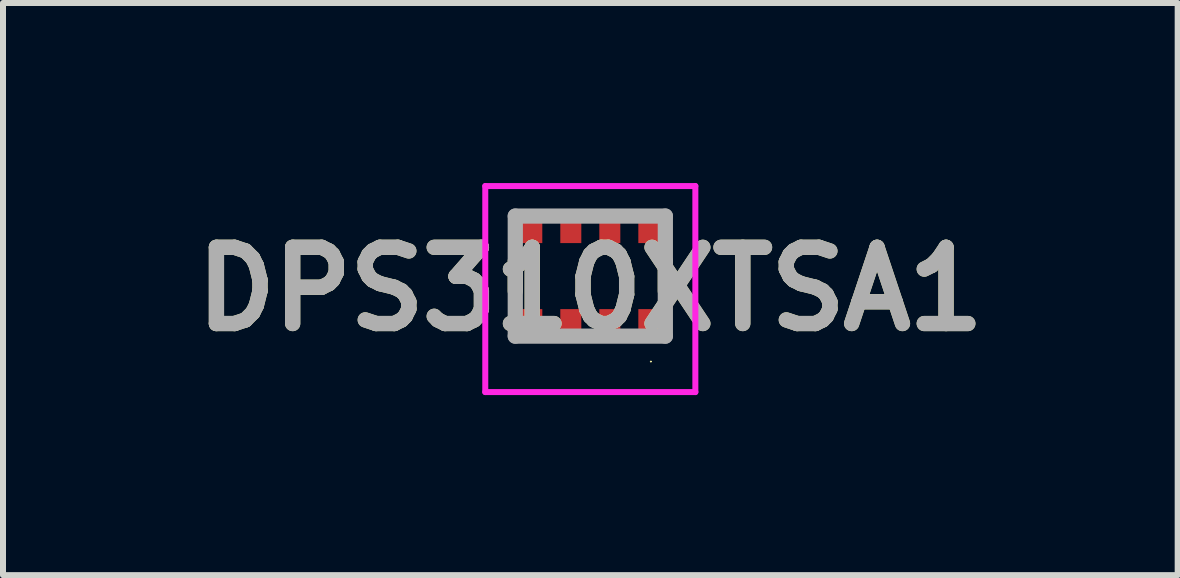
<source format=kicad_pcb>
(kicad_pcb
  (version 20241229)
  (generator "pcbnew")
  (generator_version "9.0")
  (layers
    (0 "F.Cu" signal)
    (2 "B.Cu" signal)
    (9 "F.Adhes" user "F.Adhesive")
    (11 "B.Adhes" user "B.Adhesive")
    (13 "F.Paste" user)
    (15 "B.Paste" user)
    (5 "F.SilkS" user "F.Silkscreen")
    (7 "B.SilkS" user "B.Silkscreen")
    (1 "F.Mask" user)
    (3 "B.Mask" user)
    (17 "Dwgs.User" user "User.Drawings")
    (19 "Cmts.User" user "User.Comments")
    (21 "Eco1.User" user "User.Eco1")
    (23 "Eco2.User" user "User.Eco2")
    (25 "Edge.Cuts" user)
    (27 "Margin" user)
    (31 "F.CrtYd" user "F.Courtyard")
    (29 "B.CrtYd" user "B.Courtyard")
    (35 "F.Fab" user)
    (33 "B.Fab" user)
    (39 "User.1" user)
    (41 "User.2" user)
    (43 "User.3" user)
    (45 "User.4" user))
  (footprint "DPS310XTSA1"
    (layer "F.Cu")
    (at 6.785 1.55)
    (property "Reference" "DPS310XTSA1" (at 0 0.216 0) (layer "F.SilkS") (effects (font (size 1.27 1.27) (thickness 0.254))))
    (attr smd)
    (fp_line (start -1.25 -0.25) (end -1.25 0.25) (stroke (width 0.254) (type solid)) (layer "F.SilkS"))
    (fp_line (start 1.001 1.424) (end 1.001 1.424) (stroke (width 0.016) (type solid)) (layer "F.SilkS"))
    (fp_line (start 1.017 1.424) (end 1.017 1.424) (stroke (width 0.016) (type solid)) (layer "F.SilkS"))
    (fp_line (start 1.25 -0.25) (end 1.25 0.25) (stroke (width 0.254) (type solid)) (layer "F.SilkS"))
    (fp_arc (start 1.001 1.424) (mid 1.009 1.416) (end 1.017 1.424) (stroke (width 0.016) (type solid)) (layer "F.SilkS"))
    (fp_arc (start 1.017 1.424) (mid 1.009 1.432) (end 1.001 1.424) (stroke (width 0.016) (type solid)) (layer "F.SilkS"))
    (fp_line (start -1.75 -1.5) (end 1.75 -1.5) (stroke (width 0.1) (type solid)) (layer "F.CrtYd"))
    (fp_line (start -1.75 1.932) (end -1.75 -1.5) (stroke (width 0.1) (type solid)) (layer "F.CrtYd"))
    (fp_line (start 1.75 -1.5) (end 1.75 1.932) (stroke (width 0.1) (type solid)) (layer "F.CrtYd"))
    (fp_line (start 1.75 1.932) (end -1.75 1.932) (stroke (width 0.1) (type solid)) (layer "F.CrtYd"))
    (fp_line (start -1.25 -1) (end 1.25 -1) (stroke (width 0.254) (type solid)) (layer "F.Fab"))
    (fp_line (start -1.25 1) (end -1.25 -1) (stroke (width 0.254) (type solid)) (layer "F.Fab"))
    (fp_line (start 1.25 -1) (end 1.25 1) (stroke (width 0.254) (type solid)) (layer "F.Fab"))
    (fp_line (start 1.25 1) (end -1.25 1) (stroke (width 0.254) (type solid)) (layer "F.Fab"))
    (fp_text user "${REFERENCE}" (at 0 0.216 0) (layer "F.Fab") (effects (font (size 1.27 1.27) (thickness 0.254))))
    (pad "1" smd rect (at 0.975 0.725 90) (size 0.35 0.35) (layers "F.Cu" "F.Mask" "F.Paste"))
    (pad "2" smd rect (at 0.325 0.725 90) (size 0.35 0.35) (layers "F.Cu" "F.Mask" "F.Paste"))
    (pad "3" smd rect (at -0.325 0.725 90) (size 0.35 0.35) (layers "F.Cu" "F.Mask" "F.Paste"))
    (pad "4" smd rect (at -0.975 0.725 90) (size 0.35 0.35) (layers "F.Cu" "F.Mask" "F.Paste"))
    (pad "5" smd rect (at -0.975 -0.725 90) (size 0.35 0.35) (layers "F.Cu" "F.Mask" "F.Paste"))
    (pad "6" smd rect (at -0.325 -0.725 90) (size 0.35 0.35) (layers "F.Cu" "F.Mask" "F.Paste"))
    (pad "7" smd rect (at 0.325 -0.725 90) (size 0.35 0.35) (layers "F.Cu" "F.Mask" "F.Paste"))
    (pad "8" smd rect (at 0.975 -0.725 90) (size 0.35 0.35) (layers "F.Cu" "F.Mask" "F.Paste")))
  (gr_rect
    (start -3 -3)
    (end 16.571 6.532)
    (stroke (width 0.1) (type default))
    (fill no)
    (layer "Edge.Cuts")))
</source>
